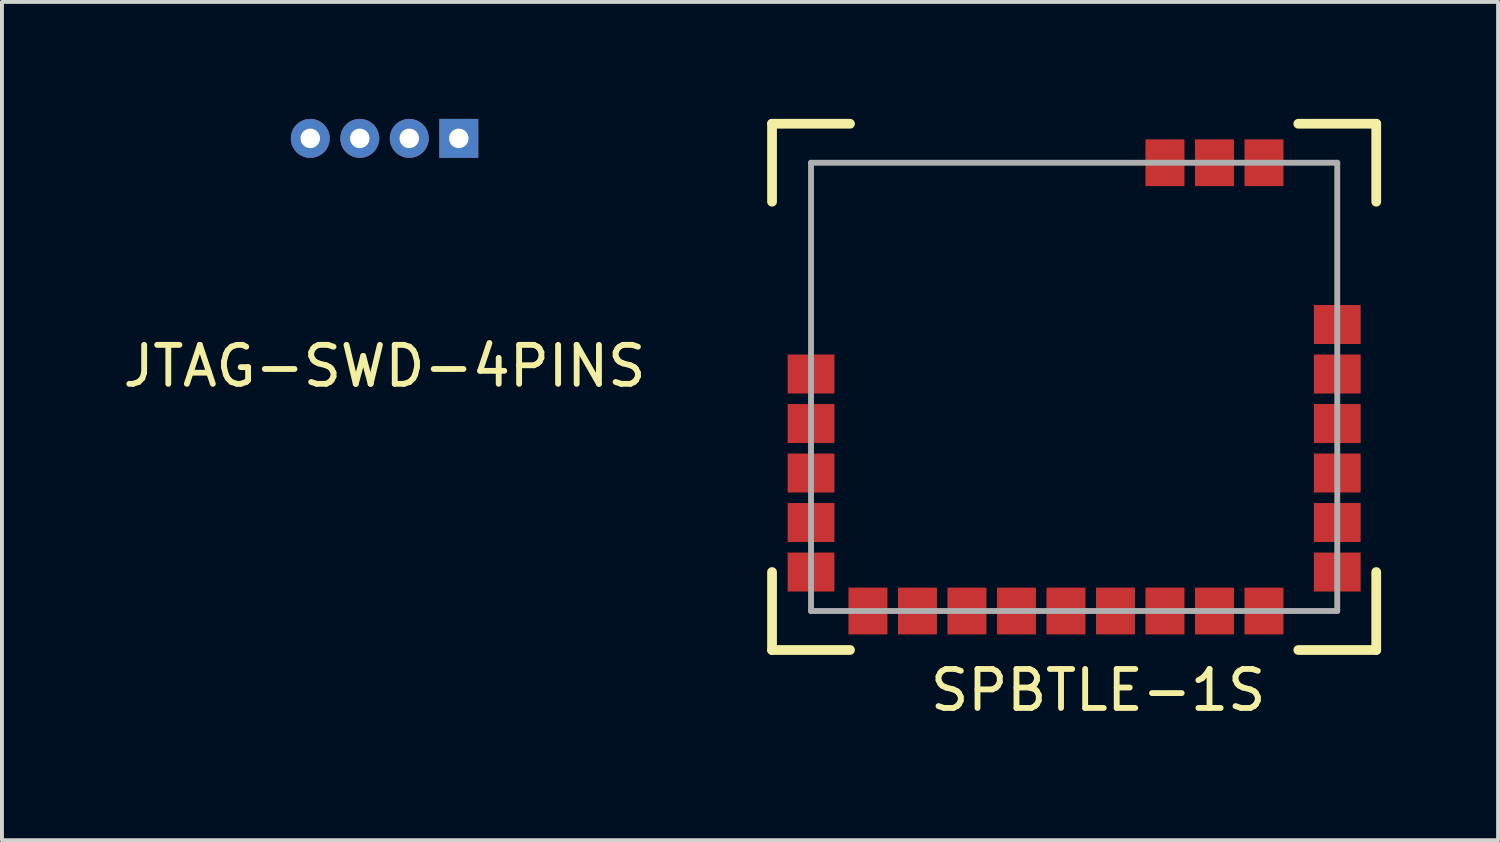
<source format=kicad_pcb>
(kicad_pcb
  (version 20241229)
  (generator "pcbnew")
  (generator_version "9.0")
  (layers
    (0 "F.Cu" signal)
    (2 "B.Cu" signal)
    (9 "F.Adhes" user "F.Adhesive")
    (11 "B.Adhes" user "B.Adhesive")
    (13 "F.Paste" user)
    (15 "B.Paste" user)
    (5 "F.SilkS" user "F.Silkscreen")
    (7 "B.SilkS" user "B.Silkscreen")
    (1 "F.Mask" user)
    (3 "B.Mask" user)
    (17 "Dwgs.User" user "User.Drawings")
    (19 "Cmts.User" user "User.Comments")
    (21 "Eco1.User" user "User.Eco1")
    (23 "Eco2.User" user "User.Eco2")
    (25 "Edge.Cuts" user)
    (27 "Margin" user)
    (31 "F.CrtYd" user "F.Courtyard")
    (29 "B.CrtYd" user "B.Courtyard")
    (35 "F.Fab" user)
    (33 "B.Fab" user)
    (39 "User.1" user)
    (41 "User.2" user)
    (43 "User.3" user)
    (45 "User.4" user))
  (footprint "SPBTLE-1S"
    (layer "F.Cu")
    (at 17.756 12.625)
    (property "Reference" "SPBTLE-1S" (at 7.366 2.032 0) (layer "F.SilkS") (effects (font (size 1 1) (thickness 0.15))))
    (attr through_hole)
    (fp_line (start -1 -12.5) (end -1 -10.5) (stroke (width 0.25) (type solid)) (layer "F.SilkS"))
    (fp_line (start -1 -12.5) (end 1 -12.5) (stroke (width 0.25) (type solid)) (layer "F.SilkS"))
    (fp_line (start -1 -1) (end -1 1) (stroke (width 0.25) (type solid)) (layer "F.SilkS"))
    (fp_line (start -1 1) (end 1 1) (stroke (width 0.25) (type solid)) (layer "F.SilkS"))
    (fp_line (start 12.5 1) (end 14.5 1) (stroke (width 0.25) (type solid)) (layer "F.SilkS"))
    (fp_line (start 14.5 -12.5) (end 12.5 -12.5) (stroke (width 0.25) (type solid)) (layer "F.SilkS"))
    (fp_line (start 14.5 -10.5) (end 14.5 -12.5) (stroke (width 0.25) (type solid)) (layer "F.SilkS"))
    (fp_line (start 14.5 -1) (end 14.5 1) (stroke (width 0.25) (type solid)) (layer "F.SilkS"))
    (fp_line (start 0 -11.5) (end 0 0) (stroke (width 0.15) (type solid)) (layer "F.Fab"))
    (fp_line (start 0 0) (end 13.5 0) (stroke (width 0.15) (type solid)) (layer "F.Fab"))
    (fp_line (start 13.5 -11.5) (end 0 -11.5) (stroke (width 0.15) (type solid)) (layer "F.Fab"))
    (fp_line (start 13.5 0) (end 13.5 -11.5) (stroke (width 0.15) (type solid)) (layer "F.Fab"))
    (pad "1" smd rect (at 0 -6.08) (size 1.2 1) (layers "F.Cu" "F.Mask" "F.Paste"))
    (pad "2" smd rect (at 0 -4.81) (size 1.2 1) (layers "F.Cu" "F.Mask" "F.Paste"))
    (pad "3" smd rect (at 0 -3.54) (size 1.2 1) (layers "F.Cu" "F.Mask" "F.Paste"))
    (pad "4" smd rect (at 0 -2.27) (size 1.2 1) (layers "F.Cu" "F.Mask" "F.Paste"))
    (pad "5" smd rect (at 0 -1) (size 1.2 1) (layers "F.Cu" "F.Mask" "F.Paste"))
    (pad "6" smd rect (at 1.46 0) (size 1 1.2) (layers "F.Cu" "F.Mask" "F.Paste"))
    (pad "7" smd rect (at 2.73 0) (size 1 1.2) (layers "F.Cu" "F.Mask" "F.Paste"))
    (pad "8" smd rect (at 4 0) (size 1 1.2) (layers "F.Cu" "F.Mask" "F.Paste"))
    (pad "9" smd rect (at 5.27 0) (size 1 1.2) (layers "F.Cu" "F.Mask" "F.Paste"))
    (pad "10" smd rect (at 6.54 0) (size 1 1.2) (layers "F.Cu" "F.Mask" "F.Paste"))
    (pad "11" smd rect (at 7.81 0) (size 1 1.2) (layers "F.Cu" "F.Mask" "F.Paste"))
    (pad "12" smd rect (at 9.08 0) (size 1 1.2) (layers "F.Cu" "F.Mask" "F.Paste"))
    (pad "13" smd rect (at 10.35 0) (size 1 1.2) (layers "F.Cu" "F.Mask" "F.Paste"))
    (pad "14" smd rect (at 11.62 0) (size 1 1.2) (layers "F.Cu" "F.Mask" "F.Paste"))
    (pad "15" smd rect (at 13.5 -1) (size 1.2 1) (layers "F.Cu" "F.Mask" "F.Paste"))
    (pad "16" smd rect (at 13.5 -2.27) (size 1.2 1) (layers "F.Cu" "F.Mask" "F.Paste"))
    (pad "17" smd rect (at 13.5 -3.54) (size 1.2 1) (layers "F.Cu" "F.Mask" "F.Paste"))
    (pad "18" smd rect (at 13.5 -4.81) (size 1.2 1) (layers "F.Cu" "F.Mask" "F.Paste"))
    (pad "19" smd rect (at 13.5 -6.08) (size 1.2 1) (layers "F.Cu" "F.Mask" "F.Paste"))
    (pad "20" smd rect (at 13.5 -7.35) (size 1.2 1) (layers "F.Cu" "F.Mask" "F.Paste"))
    (pad "21" smd rect (at 11.62 -11.5) (size 1 1.2) (layers "F.Cu" "F.Mask" "F.Paste"))
    (pad "22" smd rect (at 10.35 -11.5) (size 1 1.2) (layers "F.Cu" "F.Mask" "F.Paste"))
    (pad "23" smd rect (at 9.08 -11.5) (size 1 1.2) (layers "F.Cu" "F.Mask" "F.Paste")))
  (footprint "JTAG-SWD-4PINS"
    (layer "F.Cu")
    (at 6.815 0.5)
    (property "Reference" "JTAG-SWD-4PINS" (at 0 5.842 0) (layer "F.SilkS") (effects (font (size 1 1) (thickness 0.15))))
    (attr through_hole)
    (pad "1" thru_hole circle (at -1.905 0) (size 1 1) (drill 0.5) (layers "*.Cu" "*.Mask"))
    (pad "2" thru_hole circle (at -0.635 0) (size 1 1) (drill 0.5) (layers "*.Cu" "*.Mask"))
    (pad "3" thru_hole circle (at 0.635 0) (size 1 1) (drill 0.5) (layers "*.Cu" "*.Mask"))
    (pad "4" thru_hole rect (at 1.905 0) (size 1 1) (drill 0.5) (layers "*.Cu" "*.Mask")))
  (gr_rect
    (start -3 -3)
    (end 35.381 18.505)
    (stroke (width 0.1) (type default))
    (fill no)
    (layer "Edge.Cuts")))
</source>
